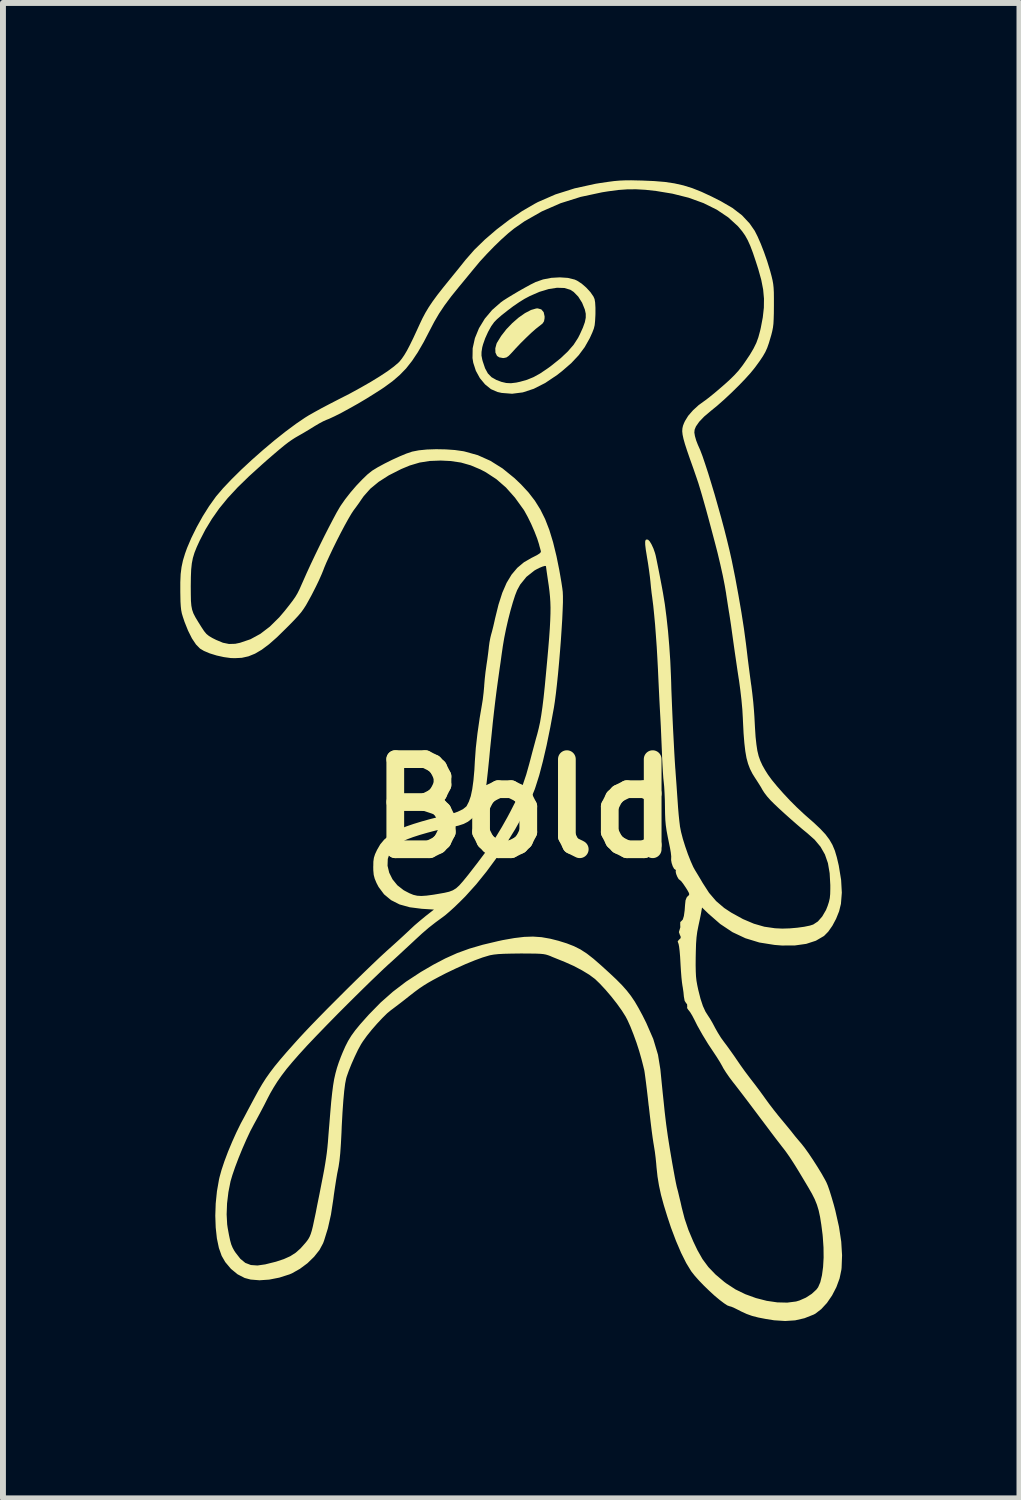
<source format=kicad_pcb>
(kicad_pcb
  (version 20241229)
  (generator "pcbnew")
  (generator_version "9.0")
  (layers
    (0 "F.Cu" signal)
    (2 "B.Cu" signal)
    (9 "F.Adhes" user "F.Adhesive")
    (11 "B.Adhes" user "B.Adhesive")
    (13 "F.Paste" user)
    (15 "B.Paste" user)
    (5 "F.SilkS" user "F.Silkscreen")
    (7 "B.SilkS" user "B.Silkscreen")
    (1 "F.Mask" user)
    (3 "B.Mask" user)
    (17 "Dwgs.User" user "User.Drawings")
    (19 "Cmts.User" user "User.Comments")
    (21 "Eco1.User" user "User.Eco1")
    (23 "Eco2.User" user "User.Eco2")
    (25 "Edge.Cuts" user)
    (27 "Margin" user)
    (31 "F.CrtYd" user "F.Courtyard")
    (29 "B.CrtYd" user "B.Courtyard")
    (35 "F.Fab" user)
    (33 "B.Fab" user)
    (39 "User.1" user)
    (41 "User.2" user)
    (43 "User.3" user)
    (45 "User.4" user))
  (footprint "Bold"
    (layer "F.Cu")
    (at 5.814 10.627)
    (property "Reference" "Bold" (at 0 0 0) (layer "F.SilkS") (effects (font (size 1.524 1.524) (thickness 0.3))))
    (attr board_only exclude_from_pos_files exclude_from_bom)
    (fp_poly (pts (xy 0.293 -8.443) (xy 0.333 -8.396) (xy 0.349 -8.324) (xy 0.348 -8.291) (xy 0.339 -8.242) (xy 0.315 -8.205) (xy 0.267 -8.166) (xy 0.256 -8.158) (xy 0.199 -8.113) (xy 0.123 -8.046) (xy 0.036 -7.963) (xy -0.057 -7.871) (xy -0.147 -7.776) (xy -0.207 -7.71) (xy -0.257 -7.658) (xy -0.297 -7.63) (xy -0.339 -7.621) (xy -0.355 -7.62) (xy -0.419 -7.632) (xy -0.456 -7.656) (xy -0.483 -7.712) (xy -0.485 -7.785) (xy -0.464 -7.864) (xy -0.456 -7.88) (xy -0.386 -7.994) (xy -0.298 -8.107) (xy -0.197 -8.212) (xy -0.09 -8.305) (xy 0.017 -8.38) (xy 0.118 -8.433) (xy 0.208 -8.459) (xy 0.233 -8.46)) (stroke (width 0) (type solid)) (fill yes) (layer "F.SilkS"))
    (fp_poly (pts (xy 0.741 -8.976) (xy 0.857 -8.948) (xy 0.897 -8.93) (xy 0.976 -8.879) (xy 1.054 -8.811) (xy 1.124 -8.735) (xy 1.175 -8.661) (xy 1.194 -8.618) (xy 1.204 -8.559) (xy 1.209 -8.472) (xy 1.209 -8.367) (xy 1.208 -8.341) (xy 1.203 -8.247) (xy 1.196 -8.177) (xy 1.182 -8.119) (xy 1.158 -8.056) (xy 1.122 -7.976) (xy 1.11 -7.951) (xy 1.027 -7.804) (xy 0.925 -7.667) (xy 0.799 -7.533) (xy 0.643 -7.398) (xy 0.56 -7.333) (xy 0.359 -7.198) (xy 0.166 -7.1) (xy -0.02 -7.039) (xy -0.201 -7.016) (xy -0.377 -7.03) (xy -0.449 -7.046) (xy -0.559 -7.094) (xy -0.659 -7.175) (xy -0.746 -7.28) (xy -0.814 -7.404) (xy -0.858 -7.54) (xy -0.871 -7.62) (xy -0.87 -7.663) (xy -0.719 -7.663) (xy -0.706 -7.595) (xy -0.698 -7.565) (xy -0.658 -7.446) (xy -0.611 -7.36) (xy -0.549 -7.296) (xy -0.466 -7.249) (xy -0.381 -7.217) (xy -0.3 -7.198) (xy -0.221 -7.194) (xy -0.13 -7.205) (xy -0.066 -7.219) (xy 0.051 -7.252) (xy 0.161 -7.297) (xy 0.272 -7.358) (xy 0.395 -7.441) (xy 0.462 -7.49) (xy 0.618 -7.615) (xy 0.742 -7.732) (xy 0.84 -7.845) (xy 0.915 -7.961) (xy 0.945 -8.02) (xy 0.997 -8.135) (xy 1.03 -8.227) (xy 1.045 -8.302) (xy 1.045 -8.37) (xy 1.03 -8.439) (xy 1.03 -8.44) (xy 0.983 -8.556) (xy 0.918 -8.659) (xy 0.841 -8.738) (xy 0.784 -8.775) (xy 0.683 -8.805) (xy 0.559 -8.809) (xy 0.417 -8.787) (xy 0.262 -8.74) (xy 0.101 -8.67) (xy 0.01 -8.622) (xy -0.08 -8.566) (xy -0.181 -8.497) (xy -0.283 -8.42) (xy -0.379 -8.344) (xy -0.457 -8.276) (xy -0.504 -8.228) (xy -0.555 -8.157) (xy -0.608 -8.061) (xy -0.656 -7.955) (xy -0.692 -7.852) (xy -0.706 -7.801) (xy -0.718 -7.724) (xy -0.719 -7.663) (xy -0.87 -7.663) (xy -0.868 -7.786) (xy -0.83 -7.957) (xy -0.761 -8.125) (xy -0.663 -8.286) (xy -0.539 -8.433) (xy -0.393 -8.561) (xy -0.352 -8.591) (xy -0.28 -8.637) (xy -0.188 -8.693) (xy -0.085 -8.754) (xy 0.018 -8.812) (xy 0.111 -8.863) (xy 0.184 -8.899) (xy 0.195 -8.905) (xy 0.323 -8.95) (xy 0.464 -8.977) (xy 0.607 -8.985)) (stroke (width 0) (type solid)) (fill yes) (layer "F.SilkS"))
    (fp_poly (pts (xy 1.94 -10.624) (xy 1.993 -10.623) (xy 2.203 -10.614) (xy 2.384 -10.599) (xy 2.545 -10.575) (xy 2.696 -10.541) (xy 2.845 -10.495) (xy 3.001 -10.433) (xy 3.173 -10.353) (xy 3.331 -10.273) (xy 3.527 -10.159) (xy 3.688 -10.035) (xy 3.817 -9.897) (xy 3.903 -9.773) (xy 3.951 -9.678) (xy 4.005 -9.555) (xy 4.06 -9.414) (xy 4.113 -9.263) (xy 4.159 -9.113) (xy 4.167 -9.085) (xy 4.189 -9.003) (xy 4.205 -8.935) (xy 4.216 -8.873) (xy 4.223 -8.807) (xy 4.227 -8.73) (xy 4.228 -8.631) (xy 4.228 -8.509) (xy 4.227 -8.379) (xy 4.224 -8.279) (xy 4.22 -8.201) (xy 4.212 -8.136) (xy 4.2 -8.075) (xy 4.184 -8.011) (xy 4.173 -7.974) (xy 4.143 -7.873) (xy 4.115 -7.793) (xy 4.083 -7.722) (xy 4.042 -7.651) (xy 3.988 -7.57) (xy 3.915 -7.47) (xy 3.903 -7.454) (xy 3.833 -7.368) (xy 3.74 -7.265) (xy 3.63 -7.151) (xy 3.51 -7.033) (xy 3.387 -6.918) (xy 3.268 -6.813) (xy 3.16 -6.725) (xy 3.158 -6.723) (xy 3.048 -6.63) (xy 2.963 -6.541) (xy 2.909 -6.463) (xy 2.887 -6.409) (xy 2.882 -6.36) (xy 2.892 -6.3) (xy 2.913 -6.226) (xy 2.941 -6.154) (xy 2.948 -6.138) (xy 2.98 -6.066) (xy 3.02 -5.961) (xy 3.065 -5.828) (xy 3.116 -5.672) (xy 3.169 -5.499) (xy 3.225 -5.313) (xy 3.28 -5.119) (xy 3.335 -4.923) (xy 3.387 -4.729) (xy 3.434 -4.543) (xy 3.476 -4.37) (xy 3.511 -4.214) (xy 3.516 -4.191) (xy 3.574 -3.903) (xy 3.628 -3.609) (xy 3.678 -3.319) (xy 3.721 -3.043) (xy 3.755 -2.79) (xy 3.77 -2.667) (xy 3.786 -2.53) (xy 3.805 -2.382) (xy 3.824 -2.236) (xy 3.841 -2.109) (xy 3.847 -2.071) (xy 3.863 -1.942) (xy 3.879 -1.796) (xy 3.891 -1.654) (xy 3.898 -1.553) (xy 3.908 -1.365) (xy 3.918 -1.211) (xy 3.932 -1.083) (xy 3.948 -0.977) (xy 3.97 -0.886) (xy 3.999 -0.805) (xy 4.035 -0.727) (xy 4.08 -0.648) (xy 4.128 -0.572) (xy 4.193 -0.483) (xy 4.281 -0.376) (xy 4.385 -0.258) (xy 4.498 -0.137) (xy 4.614 -0.021) (xy 4.726 0.084) (xy 4.767 0.121) (xy 4.904 0.241) (xy 5.013 0.344) (xy 5.1 0.437) (xy 5.166 0.525) (xy 5.218 0.615) (xy 5.259 0.713) (xy 5.292 0.824) (xy 5.323 0.956) (xy 5.325 0.964) (xy 5.365 1.208) (xy 5.377 1.424) (xy 5.362 1.613) (xy 5.331 1.739) (xy 5.28 1.866) (xy 5.217 1.984) (xy 5.147 2.084) (xy 5.077 2.155) (xy 5.073 2.158) (xy 4.938 2.237) (xy 4.775 2.29) (xy 4.583 2.317) (xy 4.362 2.318) (xy 4.238 2.308) (xy 3.981 2.267) (xy 3.746 2.195) (xy 3.527 2.092) (xy 3.32 1.954) (xy 3.123 1.782) (xy 3.012 1.675) (xy 2.999 1.751) (xy 2.989 1.805) (xy 2.973 1.883) (xy 2.954 1.971) (xy 2.948 2) (xy 2.931 2.087) (xy 2.919 2.179) (xy 2.911 2.288) (xy 2.907 2.421) (xy 2.905 2.518) (xy 2.904 2.651) (xy 2.906 2.755) (xy 2.91 2.839) (xy 2.918 2.913) (xy 2.931 2.987) (xy 2.948 3.067) (xy 2.987 3.221) (xy 3.027 3.342) (xy 3.07 3.436) (xy 3.115 3.507) (xy 3.146 3.554) (xy 3.186 3.622) (xy 3.226 3.697) (xy 3.229 3.704) (xy 3.277 3.789) (xy 3.333 3.879) (xy 3.383 3.948) (xy 3.429 4.009) (xy 3.488 4.091) (xy 3.552 4.181) (xy 3.599 4.25) (xy 3.665 4.346) (xy 3.738 4.448) (xy 3.808 4.541) (xy 3.847 4.592) (xy 3.913 4.677) (xy 3.988 4.777) (xy 4.059 4.875) (xy 4.081 4.906) (xy 4.145 4.994) (xy 4.223 5.096) (xy 4.304 5.198) (xy 4.351 5.255) (xy 4.416 5.333) (xy 4.476 5.406) (xy 4.525 5.466) (xy 4.552 5.501) (xy 4.591 5.55) (xy 4.644 5.613) (xy 4.692 5.669) (xy 4.748 5.74) (xy 4.816 5.835) (xy 4.891 5.947) (xy 4.966 6.064) (xy 5.036 6.179) (xy 5.094 6.282) (xy 5.115 6.322) (xy 5.14 6.381) (xy 5.171 6.47) (xy 5.205 6.58) (xy 5.241 6.703) (xy 5.267 6.801) (xy 5.329 7.077) (xy 5.367 7.328) (xy 5.381 7.558) (xy 5.373 7.77) (xy 5.369 7.806) (xy 5.339 7.95) (xy 5.285 8.097) (xy 5.212 8.238) (xy 5.125 8.365) (xy 5.028 8.47) (xy 4.928 8.547) (xy 4.899 8.562) (xy 4.745 8.623) (xy 4.588 8.659) (xy 4.419 8.67) (xy 4.231 8.658) (xy 4.093 8.636) (xy 3.964 8.611) (xy 3.859 8.584) (xy 3.767 8.551) (xy 3.673 8.508) (xy 3.621 8.481) (xy 3.558 8.45) (xy 3.507 8.428) (xy 3.48 8.421) (xy 3.441 8.407) (xy 3.383 8.369) (xy 3.308 8.312) (xy 3.223 8.241) (xy 3.134 8.159) (xy 3.045 8.073) (xy 2.962 7.987) (xy 2.89 7.906) (xy 2.834 7.835) (xy 2.828 7.827) (xy 2.744 7.689) (xy 2.658 7.517) (xy 2.572 7.316) (xy 2.487 7.091) (xy 2.426 6.907) (xy 2.365 6.709) (xy 2.318 6.536) (xy 2.284 6.379) (xy 2.259 6.227) (xy 2.242 6.069) (xy 2.237 6.008) (xy 2.227 5.909) (xy 2.214 5.806) (xy 2.2 5.719) (xy 2.198 5.705) (xy 2.189 5.652) (xy 2.176 5.566) (xy 2.161 5.455) (xy 2.145 5.325) (xy 2.128 5.181) (xy 2.111 5.032) (xy 2.11 5.031) (xy 2.094 4.886) (xy 2.078 4.75) (xy 2.063 4.629) (xy 2.05 4.53) (xy 2.04 4.457) (xy 2.033 4.417) (xy 2.032 4.416) (xy 2.018 4.358) (xy 1.999 4.283) (xy 1.985 4.23) (xy 1.949 4.103) (xy 1.904 3.963) (xy 1.853 3.823) (xy 1.801 3.691) (xy 1.751 3.58) (xy 1.719 3.519) (xy 1.656 3.419) (xy 1.573 3.303) (xy 1.478 3.182) (xy 1.379 3.066) (xy 1.283 2.963) (xy 1.2 2.883) (xy 1.198 2.882) (xy 1.104 2.812) (xy 0.982 2.738) (xy 0.842 2.664) (xy 0.694 2.598) (xy 0.65 2.58) (xy 0.568 2.547) (xy 0.479 2.511) (xy 0.445 2.496) (xy 0.407 2.482) (xy 0.37 2.471) (xy 0.327 2.463) (xy 0.272 2.458) (xy 0.198 2.455) (xy 0.098 2.454) (xy -0.032 2.453) (xy -0.059 2.453) (xy -0.213 2.455) (xy -0.336 2.458) (xy -0.432 2.463) (xy -0.508 2.471) (xy -0.571 2.482) (xy -0.59 2.487) (xy -0.7 2.52) (xy -0.836 2.57) (xy -0.99 2.633) (xy -1.154 2.707) (xy -1.321 2.787) (xy -1.437 2.847) (xy -1.538 2.901) (xy -1.621 2.948) (xy -1.694 2.993) (xy -1.766 3.041) (xy -1.845 3.099) (xy -1.939 3.172) (xy -2.017 3.234) (xy -2.093 3.293) (xy -2.168 3.35) (xy -2.23 3.397) (xy -2.247 3.409) (xy -2.315 3.465) (xy -2.396 3.545) (xy -2.486 3.641) (xy -2.575 3.743) (xy -2.657 3.845) (xy -2.724 3.938) (xy -2.756 3.988) (xy -2.808 4.083) (xy -2.863 4.198) (xy -2.917 4.32) (xy -2.964 4.437) (xy -2.999 4.536) (xy -3.008 4.568) (xy -3.025 4.654) (xy -3.041 4.778) (xy -3.056 4.941) (xy -3.07 5.14) (xy -3.083 5.376) (xy -3.087 5.481) (xy -3.097 5.672) (xy -3.108 5.83) (xy -3.121 5.957) (xy -3.136 6.058) (xy -3.144 6.099) (xy -3.16 6.178) (xy -3.178 6.285) (xy -3.197 6.407) (xy -3.216 6.536) (xy -3.225 6.607) (xy -3.265 6.869) (xy -3.317 7.101) (xy -3.381 7.308) (xy -3.398 7.354) (xy -3.459 7.468) (xy -3.55 7.583) (xy -3.663 7.693) (xy -3.791 7.788) (xy -3.924 7.863) (xy -3.966 7.881) (xy -4.138 7.936) (xy -4.31 7.97) (xy -4.475 7.981) (xy -4.624 7.969) (xy -4.725 7.942) (xy -4.845 7.88) (xy -4.957 7.788) (xy -5.053 7.674) (xy -5.114 7.568) (xy -5.161 7.435) (xy -5.195 7.273) (xy -5.215 7.088) (xy -5.222 6.889) (xy -5.215 6.682) (xy -5.194 6.475) (xy -5.159 6.275) (xy -5.15 6.236) (xy -5.116 6.113) (xy -5.067 5.966) (xy -5.006 5.804) (xy -4.937 5.639) (xy -4.865 5.479) (xy -4.794 5.334) (xy -4.784 5.315) (xy -4.734 5.223) (xy -4.675 5.111) (xy -4.612 4.993) (xy -4.554 4.885) (xy -4.491 4.769) (xy -4.429 4.663) (xy -4.366 4.564) (xy -4.296 4.465) (xy -4.217 4.361) (xy -4.124 4.248) (xy -4.014 4.12) (xy -3.882 3.972) (xy -3.8 3.881) (xy -3.71 3.784) (xy -3.597 3.665) (xy -3.465 3.529) (xy -3.32 3.381) (xy -3.166 3.227) (xy -3.009 3.07) (xy -2.853 2.916) (xy -2.702 2.769) (xy -2.563 2.635) (xy -2.44 2.518) (xy -2.337 2.423) (xy -2.315 2.403) (xy -2.219 2.317) (xy -2.123 2.23) (xy -2.036 2.15) (xy -1.964 2.083) (xy -1.925 2.046) (xy -1.851 1.977) (xy -1.762 1.901) (xy -1.677 1.831) (xy -1.665 1.821) (xy -1.523 1.71) (xy -1.728 1.697) (xy -1.932 1.671) (xy -2.105 1.623) (xy -2.249 1.55) (xy -2.367 1.452) (xy -2.46 1.327) (xy -2.495 1.26) (xy -2.525 1.188) (xy -2.542 1.123) (xy -2.549 1.047) (xy -2.55 0.986) (xy -2.549 0.969) (xy -2.308 0.969) (xy -2.28 1.086) (xy -2.224 1.198) (xy -2.142 1.299) (xy -2.037 1.381) (xy -2.012 1.395) (xy -1.937 1.434) (xy -1.871 1.461) (xy -1.806 1.476) (xy -1.735 1.48) (xy -1.647 1.474) (xy -1.535 1.459) (xy -1.446 1.444) (xy -1.344 1.426) (xy -1.266 1.408) (xy -1.203 1.384) (xy -1.148 1.35) (xy -1.094 1.301) (xy -1.033 1.232) (xy -0.957 1.139) (xy -0.937 1.114) (xy -0.793 0.928) (xy -0.669 0.763) (xy -0.562 0.611) (xy -0.465 0.464) (xy -0.374 0.313) (xy -0.282 0.15) (xy -0.23 0.052) (xy -0.144 -0.116) (xy -0.074 -0.268) (xy -0.015 -0.416) (xy 0.038 -0.573) (xy 0.088 -0.751) (xy 0.109 -0.83) (xy 0.139 -0.945) (xy 0.172 -1.067) (xy 0.202 -1.179) (xy 0.225 -1.26) (xy 0.249 -1.355) (xy 0.272 -1.459) (xy 0.292 -1.577) (xy 0.312 -1.715) (xy 0.332 -1.877) (xy 0.352 -2.068) (xy 0.369 -2.247) (xy 0.392 -2.494) (xy 0.411 -2.707) (xy 0.426 -2.889) (xy 0.437 -3.045) (xy 0.444 -3.179) (xy 0.448 -3.296) (xy 0.449 -3.4) (xy 0.446 -3.495) (xy 0.44 -3.586) (xy 0.431 -3.676) (xy 0.419 -3.77) (xy 0.41 -3.83) (xy 0.396 -3.926) (xy 0.384 -4.008) (xy 0.376 -4.068) (xy 0.372 -4.098) (xy 0.371 -4.1) (xy 0.356 -4.104) (xy 0.316 -4.093) (xy 0.262 -4.071) (xy 0.205 -4.042) (xy 0.176 -4.025) (xy 0.041 -3.918) (xy -0.064 -3.788) (xy -0.116 -3.693) (xy -0.15 -3.606) (xy -0.188 -3.488) (xy -0.228 -3.349) (xy -0.267 -3.197) (xy -0.303 -3.04) (xy -0.334 -2.886) (xy -0.358 -2.745) (xy -0.362 -2.716) (xy -0.379 -2.599) (xy -0.396 -2.474) (xy -0.413 -2.358) (xy -0.423 -2.286) (xy -0.445 -2.129) (xy -0.466 -1.974) (xy -0.486 -1.815) (xy -0.506 -1.645) (xy -0.527 -1.458) (xy -0.548 -1.249) (xy -0.573 -1.01) (xy -0.586 -0.869) (xy -0.609 -0.643) (xy -0.63 -0.454) (xy -0.65 -0.297) (xy -0.669 -0.17) (xy -0.688 -0.071) (xy -0.707 0.003) (xy -0.728 0.056) (xy -0.751 0.091) (xy -0.776 0.109) (xy -0.791 0.114) (xy -0.83 0.132) (xy -0.878 0.166) (xy -0.889 0.177) (xy -0.948 0.224) (xy -1.02 0.261) (xy -1.112 0.291) (xy -1.233 0.317) (xy -1.264 0.322) (xy -1.376 0.345) (xy -1.502 0.375) (xy -1.634 0.41) (xy -1.762 0.447) (xy -1.876 0.484) (xy -1.968 0.518) (xy -2.014 0.538) (xy -2.096 0.586) (xy -2.173 0.643) (xy -2.234 0.701) (xy -2.268 0.745) (xy -2.304 0.853) (xy -2.308 0.969) (xy -2.549 0.969) (xy -2.548 0.899) (xy -2.539 0.834) (xy -2.519 0.772) (xy -2.485 0.699) (xy -2.431 0.606) (xy -2.365 0.527) (xy -2.278 0.454) (xy -2.162 0.378) (xy -2.152 0.372) (xy -2.084 0.34) (xy -1.987 0.302) (xy -1.867 0.261) (xy -1.733 0.22) (xy -1.594 0.181) (xy -1.456 0.146) (xy -1.368 0.127) (xy -1.234 0.094) (xy -1.121 0.055) (xy -1.033 0.012) (xy -0.978 -0.032) (xy -0.97 -0.042) (xy -0.932 -0.116) (xy -0.9 -0.209) (xy -0.875 -0.327) (xy -0.855 -0.474) (xy -0.839 -0.652) (xy -0.831 -0.801) (xy -0.815 -1.023) (xy -0.787 -1.27) (xy -0.749 -1.534) (xy -0.714 -1.739) (xy -0.697 -1.843) (xy -0.683 -1.962) (xy -0.673 -2.071) (xy -0.673 -2.081) (xy -0.664 -2.188) (xy -0.651 -2.307) (xy -0.636 -2.414) (xy -0.635 -2.423) (xy -0.62 -2.522) (xy -0.606 -2.628) (xy -0.595 -2.719) (xy -0.595 -2.726) (xy -0.584 -2.809) (xy -0.569 -2.888) (xy -0.556 -2.941) (xy -0.541 -2.994) (xy -0.521 -3.073) (xy -0.5 -3.164) (xy -0.489 -3.214) (xy -0.431 -3.449) (xy -0.367 -3.649) (xy -0.294 -3.817) (xy -0.21 -3.956) (xy -0.113 -4.071) (xy -0.001 -4.165) (xy 0.129 -4.24) (xy 0.143 -4.247) (xy 0.22 -4.286) (xy 0.265 -4.315) (xy 0.285 -4.337) (xy 0.286 -4.353) (xy 0.275 -4.393) (xy 0.259 -4.45) (xy 0.256 -4.465) (xy 0.224 -4.566) (xy 0.177 -4.687) (xy 0.122 -4.813) (xy 0.063 -4.933) (xy 0.008 -5.033) (xy -0.005 -5.054) (xy -0.153 -5.259) (xy -0.305 -5.43) (xy -0.467 -5.571) (xy -0.644 -5.687) (xy -0.735 -5.735) (xy -0.901 -5.805) (xy -1.065 -5.852) (xy -1.241 -5.878) (xy -1.407 -5.886) (xy -1.594 -5.879) (xy -1.765 -5.852) (xy -1.933 -5.802) (xy -2.077 -5.742) (xy -2.286 -5.636) (xy -2.458 -5.526) (xy -2.6 -5.409) (xy -2.713 -5.281) (xy -2.751 -5.227) (xy -2.791 -5.168) (xy -2.843 -5.096) (xy -2.884 -5.041) (xy -2.922 -4.983) (xy -2.973 -4.896) (xy -3.033 -4.788) (xy -3.098 -4.665) (xy -3.165 -4.534) (xy -3.23 -4.402) (xy -3.29 -4.275) (xy -3.342 -4.162) (xy -3.381 -4.069) (xy -3.395 -4.031) (xy -3.425 -3.958) (xy -3.468 -3.861) (xy -3.52 -3.753) (xy -3.576 -3.643) (xy -3.595 -3.606) (xy -3.646 -3.513) (xy -3.688 -3.438) (xy -3.728 -3.376) (xy -3.77 -3.318) (xy -3.821 -3.258) (xy -3.886 -3.188) (xy -3.97 -3.102) (xy -4.025 -3.047) (xy -4.178 -2.897) (xy -4.313 -2.778) (xy -4.436 -2.686) (xy -4.55 -2.619) (xy -4.661 -2.574) (xy -4.773 -2.549) (xy -4.89 -2.543) (xy -4.961 -2.545) (xy -5.077 -2.561) (xy -5.199 -2.588) (xy -5.316 -2.624) (xy -5.415 -2.666) (xy -5.48 -2.705) (xy -5.548 -2.774) (xy -5.617 -2.877) (xy -5.683 -3.009) (xy -5.745 -3.164) (xy -5.746 -3.169) (xy -5.77 -3.24) (xy -5.788 -3.3) (xy -5.799 -3.357) (xy -5.806 -3.421) (xy -5.811 -3.501) (xy -5.813 -3.607) (xy -5.814 -3.663) (xy -5.814 -3.751) (xy -5.637 -3.751) (xy -5.636 -3.617) (xy -5.634 -3.513) (xy -5.627 -3.431) (xy -5.614 -3.363) (xy -5.592 -3.3) (xy -5.558 -3.234) (xy -5.511 -3.156) (xy -5.456 -3.068) (xy -5.411 -3) (xy -5.372 -2.953) (xy -5.329 -2.918) (xy -5.27 -2.883) (xy -5.208 -2.852) (xy -5.093 -2.804) (xy -4.99 -2.783) (xy -4.885 -2.786) (xy -4.804 -2.803) (xy -4.627 -2.863) (xy -4.46 -2.954) (xy -4.299 -3.077) (xy -4.14 -3.234) (xy -4.049 -3.341) (xy -3.972 -3.438) (xy -3.914 -3.514) (xy -3.869 -3.578) (xy -3.832 -3.64) (xy -3.797 -3.71) (xy -3.759 -3.796) (xy -3.734 -3.852) (xy -3.675 -3.985) (xy -3.607 -4.133) (xy -3.532 -4.291) (xy -3.454 -4.452) (xy -3.376 -4.61) (xy -3.3 -4.759) (xy -3.23 -4.893) (xy -3.169 -5.007) (xy -3.119 -5.093) (xy -3.101 -5.122) (xy -3.025 -5.231) (xy -2.935 -5.346) (xy -2.838 -5.459) (xy -2.74 -5.562) (xy -2.65 -5.649) (xy -2.573 -5.711) (xy -2.566 -5.716) (xy -2.473 -5.773) (xy -2.358 -5.835) (xy -2.232 -5.898) (xy -2.107 -5.955) (xy -1.992 -6.003) (xy -1.898 -6.035) (xy -1.892 -6.037) (xy -1.78 -6.059) (xy -1.641 -6.073) (xy -1.485 -6.078) (xy -1.324 -6.075) (xy -1.168 -6.064) (xy -1.027 -6.044) (xy -1.004 -6.039) (xy -0.781 -5.977) (xy -0.569 -5.882) (xy -0.363 -5.753) (xy -0.16 -5.588) (xy -0.049 -5.482) (xy 0.076 -5.347) (xy 0.184 -5.207) (xy 0.277 -5.058) (xy 0.358 -4.895) (xy 0.429 -4.712) (xy 0.492 -4.505) (xy 0.55 -4.268) (xy 0.597 -4.035) (xy 0.616 -3.927) (xy 0.634 -3.821) (xy 0.648 -3.729) (xy 0.656 -3.664) (xy 0.656 -3.663) (xy 0.659 -3.591) (xy 0.659 -3.486) (xy 0.654 -3.353) (xy 0.647 -3.198) (xy 0.636 -3.025) (xy 0.624 -2.842) (xy 0.609 -2.652) (xy 0.593 -2.462) (xy 0.576 -2.277) (xy 0.558 -2.103) (xy 0.54 -1.945) (xy 0.522 -1.808) (xy 0.507 -1.71) (xy 0.445 -1.373) (xy 0.383 -1.069) (xy 0.32 -0.798) (xy 0.258 -0.562) (xy 0.195 -0.363) (xy 0.181 -0.322) (xy 0.096 -0.114) (xy -0.016 0.113) (xy -0.149 0.351) (xy -0.299 0.594) (xy -0.462 0.834) (xy -0.633 1.066) (xy -0.808 1.283) (xy -0.983 1.477) (xy -0.996 1.491) (xy -1.086 1.581) (xy -1.176 1.668) (xy -1.261 1.745) (xy -1.331 1.805) (xy -1.368 1.833) (xy -1.495 1.926) (xy -1.61 2.016) (xy -1.724 2.114) (xy -1.85 2.23) (xy -1.856 2.236) (xy -1.928 2.303) (xy -2.02 2.388) (xy -2.122 2.483) (xy -2.227 2.579) (xy -2.296 2.641) (xy -2.373 2.712) (xy -2.471 2.806) (xy -2.588 2.918) (xy -2.716 3.043) (xy -2.852 3.177) (xy -2.991 3.315) (xy -3.127 3.451) (xy -3.137 3.461) (xy -3.34 3.668) (xy -3.517 3.851) (xy -3.671 4.013) (xy -3.803 4.158) (xy -3.917 4.288) (xy -4.015 4.405) (xy -4.098 4.514) (xy -4.171 4.618) (xy -4.234 4.718) (xy -4.292 4.818) (xy -4.337 4.904) (xy -4.394 5.017) (xy -4.461 5.144) (xy -4.527 5.267) (xy -4.567 5.34) (xy -4.629 5.457) (xy -4.695 5.598) (xy -4.763 5.753) (xy -4.828 5.912) (xy -4.886 6.065) (xy -4.933 6.202) (xy -4.964 6.307) (xy -5 6.489) (xy -5.023 6.68) (xy -5.03 6.866) (xy -5.021 7.036) (xy -5.012 7.098) (xy -4.99 7.218) (xy -4.971 7.307) (xy -4.952 7.375) (xy -4.929 7.43) (xy -4.901 7.481) (xy -4.879 7.514) (xy -4.798 7.618) (xy -4.714 7.687) (xy -4.62 7.723) (xy -4.509 7.731) (xy -4.376 7.712) (xy -4.361 7.708) (xy -4.196 7.667) (xy -4.063 7.623) (xy -3.954 7.574) (xy -3.862 7.515) (xy -3.779 7.441) (xy -3.7 7.352) (xy -3.67 7.315) (xy -3.646 7.28) (xy -3.626 7.244) (xy -3.608 7.2) (xy -3.59 7.143) (xy -3.571 7.067) (xy -3.55 6.968) (xy -3.523 6.841) (xy -3.5 6.721) (xy -3.46 6.524) (xy -3.428 6.359) (xy -3.401 6.222) (xy -3.379 6.106) (xy -3.362 6.005) (xy -3.348 5.915) (xy -3.336 5.829) (xy -3.326 5.741) (xy -3.317 5.647) (xy -3.309 5.54) (xy -3.299 5.415) (xy -3.293 5.344) (xy -3.276 5.135) (xy -3.261 4.959) (xy -3.245 4.811) (xy -3.229 4.686) (xy -3.211 4.578) (xy -3.189 4.481) (xy -3.164 4.389) (xy -3.134 4.298) (xy -3.098 4.202) (xy -3.067 4.126) (xy -3.022 4.024) (xy -2.975 3.932) (xy -2.921 3.844) (xy -2.855 3.753) (xy -2.772 3.652) (xy -2.667 3.534) (xy -2.622 3.484) (xy -2.424 3.282) (xy -2.217 3.099) (xy -1.994 2.929) (xy -1.745 2.766) (xy -1.534 2.643) (xy -1.332 2.537) (xy -1.132 2.447) (xy -0.923 2.371) (xy -0.697 2.305) (xy -0.444 2.245) (xy -0.357 2.226) (xy -0.164 2.192) (xy 0.003 2.172) (xy 0.153 2.167) (xy 0.298 2.177) (xy 0.445 2.203) (xy 0.583 2.238) (xy 0.724 2.282) (xy 0.845 2.329) (xy 0.955 2.384) (xy 1.063 2.454) (xy 1.177 2.543) (xy 1.302 2.652) (xy 1.444 2.781) (xy 1.561 2.891) (xy 1.658 2.989) (xy 1.739 3.08) (xy 1.809 3.17) (xy 1.874 3.266) (xy 1.937 3.374) (xy 2.005 3.5) (xy 2.069 3.628) (xy 2.187 3.899) (xy 2.267 4.166) (xy 2.307 4.411) (xy 2.329 4.633) (xy 2.348 4.822) (xy 2.365 4.982) (xy 2.379 5.12) (xy 2.393 5.24) (xy 2.406 5.347) (xy 2.42 5.448) (xy 2.434 5.547) (xy 2.45 5.649) (xy 2.468 5.761) (xy 2.485 5.862) (xy 2.508 5.997) (xy 2.531 6.125) (xy 2.552 6.24) (xy 2.57 6.333) (xy 2.584 6.398) (xy 2.589 6.418) (xy 2.605 6.477) (xy 2.625 6.562) (xy 2.649 6.661) (xy 2.669 6.751) (xy 2.718 6.941) (xy 2.782 7.13) (xy 2.865 7.327) (xy 2.935 7.473) (xy 3.02 7.623) (xy 3.119 7.757) (xy 3.24 7.883) (xy 3.389 8.009) (xy 3.427 8.037) (xy 3.577 8.135) (xy 3.745 8.217) (xy 3.924 8.282) (xy 4.107 8.329) (xy 4.286 8.355) (xy 4.454 8.359) (xy 4.603 8.34) (xy 4.66 8.323) (xy 4.769 8.275) (xy 4.868 8.211) (xy 4.946 8.139) (xy 4.976 8.099) (xy 5.013 8.014) (xy 5.041 7.897) (xy 5.06 7.756) (xy 5.069 7.596) (xy 5.067 7.425) (xy 5.055 7.249) (xy 5.051 7.206) (xy 5.03 7.043) (xy 5.009 6.91) (xy 4.985 6.799) (xy 4.956 6.703) (xy 4.919 6.611) (xy 4.871 6.516) (xy 4.81 6.41) (xy 4.806 6.403) (xy 4.717 6.254) (xy 4.645 6.134) (xy 4.586 6.038) (xy 4.536 5.96) (xy 4.494 5.896) (xy 4.455 5.84) (xy 4.417 5.787) (xy 4.375 5.733) (xy 4.37 5.727) (xy 4.324 5.667) (xy 4.259 5.583) (xy 4.181 5.48) (xy 4.095 5.365) (xy 4.005 5.246) (xy 3.952 5.175) (xy 3.863 5.057) (xy 3.775 4.94) (xy 3.692 4.831) (xy 3.619 4.736) (xy 3.562 4.662) (xy 3.537 4.631) (xy 3.476 4.55) (xy 3.417 4.465) (xy 3.37 4.39) (xy 3.36 4.37) (xy 3.316 4.292) (xy 3.261 4.204) (xy 3.216 4.136) (xy 3.115 3.984) (xy 3.018 3.825) (xy 2.932 3.672) (xy 2.883 3.574) (xy 2.847 3.505) (xy 2.812 3.447) (xy 2.786 3.413) (xy 2.782 3.41) (xy 2.759 3.375) (xy 2.762 3.351) (xy 2.759 3.311) (xy 2.743 3.293) (xy 2.718 3.254) (xy 2.706 3.187) (xy 2.705 3.183) (xy 2.698 3.109) (xy 2.686 3.026) (xy 2.681 2.999) (xy 2.673 2.944) (xy 2.664 2.86) (xy 2.656 2.757) (xy 2.649 2.646) (xy 2.647 2.609) (xy 2.641 2.504) (xy 2.633 2.41) (xy 2.624 2.336) (xy 2.615 2.29) (xy 2.611 2.281) (xy 2.6 2.248) (xy 2.621 2.221) (xy 2.626 2.217) (xy 2.651 2.192) (xy 2.65 2.165) (xy 2.637 2.138) (xy 2.621 2.091) (xy 2.632 2.054) (xy 2.645 2.009) (xy 2.643 1.967) (xy 2.644 1.921) (xy 2.663 1.904) (xy 2.687 1.878) (xy 2.705 1.819) (xy 2.718 1.725) (xy 2.725 1.629) (xy 2.733 1.554) (xy 2.751 1.507) (xy 2.77 1.484) (xy 2.79 1.467) (xy 2.796 1.448) (xy 2.786 1.42) (xy 2.76 1.374) (xy 2.733 1.332) (xy 2.693 1.273) (xy 2.66 1.23) (xy 2.639 1.212) (xy 2.638 1.211) (xy 2.617 1.195) (xy 2.594 1.156) (xy 2.575 1.109) (xy 2.566 1.069) (xy 2.569 1.056) (xy 2.568 1.037) (xy 2.561 1.036) (xy 2.539 1.019) (xy 2.516 0.977) (xy 2.498 0.923) (xy 2.489 0.873) (xy 2.49 0.847) (xy 2.491 0.81) (xy 2.484 0.746) (xy 2.47 0.665) (xy 2.459 0.612) (xy 2.432 0.48) (xy 2.412 0.374) (xy 2.399 0.282) (xy 2.391 0.193) (xy 2.387 0.095) (xy 2.385 -0.024) (xy 2.385 -0.03) (xy 2.383 -0.144) (xy 2.378 -0.261) (xy 2.372 -0.367) (xy 2.365 -0.44) (xy 2.357 -0.515) (xy 2.35 -0.618) (xy 2.343 -0.738) (xy 2.337 -0.862) (xy 2.335 -0.918) (xy 2.329 -1.06) (xy 2.322 -1.223) (xy 2.315 -1.389) (xy 2.307 -1.54) (xy 2.305 -1.573) (xy 2.298 -1.699) (xy 2.29 -1.852) (xy 2.282 -2.018) (xy 2.274 -2.185) (xy 2.267 -2.34) (xy 2.267 -2.345) (xy 2.257 -2.533) (xy 2.246 -2.728) (xy 2.232 -2.923) (xy 2.218 -3.11) (xy 2.202 -3.281) (xy 2.187 -3.43) (xy 2.172 -3.548) (xy 2.17 -3.566) (xy 2.159 -3.646) (xy 2.148 -3.744) (xy 2.139 -3.839) (xy 2.139 -3.839) (xy 2.13 -3.921) (xy 2.116 -4.026) (xy 2.099 -4.144) (xy 2.08 -4.258) (xy 2.08 -4.259) (xy 2.061 -4.376) (xy 2.051 -4.46) (xy 2.05 -4.514) (xy 2.058 -4.543) (xy 2.077 -4.551) (xy 2.1 -4.546) (xy 2.126 -4.52) (xy 2.158 -4.467) (xy 2.19 -4.398) (xy 2.216 -4.323) (xy 2.228 -4.279) (xy 2.243 -4.208) (xy 2.263 -4.109) (xy 2.286 -3.993) (xy 2.31 -3.869) (xy 2.333 -3.748) (xy 2.352 -3.644) (xy 2.383 -3.455) (xy 2.411 -3.237) (xy 2.437 -2.998) (xy 2.458 -2.748) (xy 2.475 -2.496) (xy 2.486 -2.251) (xy 2.49 -2.139) (xy 2.493 -2.019) (xy 2.499 -1.869) (xy 2.506 -1.698) (xy 2.514 -1.513) (xy 2.523 -1.323) (xy 2.533 -1.137) (xy 2.542 -0.963) (xy 2.551 -0.809) (xy 2.559 -0.685) (xy 2.561 -0.664) (xy 2.57 -0.535) (xy 2.581 -0.387) (xy 2.591 -0.239) (xy 2.599 -0.127) (xy 2.607 -0.011) (xy 2.617 0.107) (xy 2.628 0.213) (xy 2.638 0.294) (xy 2.638 0.299) (xy 2.657 0.396) (xy 2.688 0.515) (xy 2.728 0.643) (xy 2.773 0.772) (xy 2.82 0.891) (xy 2.864 0.99) (xy 2.894 1.044) (xy 2.939 1.118) (xy 2.99 1.203) (xy 3.022 1.258) (xy 3.131 1.427) (xy 3.25 1.566) (xy 3.387 1.683) (xy 3.507 1.762) (xy 3.705 1.871) (xy 3.889 1.949) (xy 4.066 2) (xy 4.246 2.026) (xy 4.37 2.032) (xy 4.496 2.028) (xy 4.623 2.017) (xy 4.74 2.001) (xy 4.837 1.981) (xy 4.893 1.963) (xy 4.972 1.911) (xy 5.046 1.826) (xy 5.11 1.716) (xy 5.137 1.648) (xy 5.159 1.58) (xy 5.173 1.518) (xy 5.18 1.448) (xy 5.182 1.36) (xy 5.182 1.295) (xy 5.171 1.095) (xy 5.142 0.925) (xy 5.091 0.778) (xy 5.017 0.648) (xy 4.917 0.528) (xy 4.793 0.418) (xy 4.71 0.35) (xy 4.613 0.267) (xy 4.509 0.176) (xy 4.405 0.083) (xy 4.31 -0.004) (xy 4.229 -0.081) (xy 4.171 -0.139) (xy 4.169 -0.141) (xy 4.114 -0.203) (xy 4.066 -0.266) (xy 4.035 -0.314) (xy 4.007 -0.364) (xy 3.965 -0.431) (xy 3.919 -0.503) (xy 3.915 -0.508) (xy 3.865 -0.588) (xy 3.824 -0.669) (xy 3.791 -0.756) (xy 3.764 -0.855) (xy 3.744 -0.97) (xy 3.728 -1.107) (xy 3.715 -1.27) (xy 3.705 -1.466) (xy 3.702 -1.534) (xy 3.694 -1.674) (xy 3.679 -1.838) (xy 3.659 -2.009) (xy 3.637 -2.173) (xy 3.634 -2.188) (xy 3.612 -2.332) (xy 3.589 -2.49) (xy 3.566 -2.647) (xy 3.546 -2.788) (xy 3.537 -2.853) (xy 3.52 -2.974) (xy 3.503 -3.097) (xy 3.486 -3.21) (xy 3.472 -3.3) (xy 3.468 -3.322) (xy 3.452 -3.423) (xy 3.435 -3.533) (xy 3.42 -3.629) (xy 3.42 -3.634) (xy 3.396 -3.774) (xy 3.363 -3.942) (xy 3.321 -4.13) (xy 3.274 -4.328) (xy 3.231 -4.494) (xy 3.173 -4.713) (xy 3.123 -4.9) (xy 3.08 -5.058) (xy 3.042 -5.192) (xy 3.009 -5.308) (xy 2.979 -5.409) (xy 2.951 -5.501) (xy 2.922 -5.587) (xy 2.892 -5.674) (xy 2.868 -5.744) (xy 2.807 -5.915) (xy 2.759 -6.054) (xy 2.723 -6.165) (xy 2.698 -6.254) (xy 2.683 -6.325) (xy 2.677 -6.382) (xy 2.68 -6.43) (xy 2.69 -6.475) (xy 2.707 -6.519) (xy 2.724 -6.555) (xy 2.778 -6.643) (xy 2.859 -6.736) (xy 2.954 -6.823) (xy 3.038 -6.884) (xy 3.08 -6.914) (xy 3.144 -6.964) (xy 3.223 -7.028) (xy 3.31 -7.102) (xy 3.36 -7.145) (xy 3.469 -7.242) (xy 3.555 -7.326) (xy 3.627 -7.404) (xy 3.692 -7.487) (xy 3.738 -7.552) (xy 3.821 -7.675) (xy 3.883 -7.78) (xy 3.93 -7.875) (xy 3.965 -7.971) (xy 3.994 -8.078) (xy 4.006 -8.13) (xy 4.04 -8.309) (xy 4.058 -8.471) (xy 4.06 -8.625) (xy 4.046 -8.779) (xy 4.014 -8.943) (xy 3.963 -9.126) (xy 3.923 -9.251) (xy 3.873 -9.4) (xy 3.828 -9.519) (xy 3.785 -9.614) (xy 3.741 -9.693) (xy 3.692 -9.763) (xy 3.634 -9.833) (xy 3.616 -9.853) (xy 3.455 -10) (xy 3.261 -10.13) (xy 3.037 -10.241) (xy 2.786 -10.332) (xy 2.51 -10.401) (xy 2.237 -10.446) (xy 2.056 -10.466) (xy 1.897 -10.475) (xy 1.748 -10.474) (xy 1.594 -10.463) (xy 1.423 -10.44) (xy 1.322 -10.424) (xy 0.958 -10.346) (xy 0.619 -10.239) (xy 0.303 -10.101) (xy 0.008 -9.933) (xy -0.166 -9.812) (xy -0.267 -9.73) (xy -0.384 -9.625) (xy -0.508 -9.505) (xy -0.631 -9.378) (xy -0.746 -9.253) (xy -0.814 -9.171) (xy -0.873 -9.1) (xy -0.947 -9.01) (xy -1.026 -8.914) (xy -1.094 -8.832) (xy -1.229 -8.665) (xy -1.341 -8.515) (xy -1.436 -8.373) (xy -1.519 -8.231) (xy -1.59 -8.095) (xy -1.696 -7.891) (xy -1.796 -7.718) (xy -1.894 -7.571) (xy -1.994 -7.444) (xy -2.103 -7.332) (xy -2.224 -7.228) (xy -2.362 -7.127) (xy -2.393 -7.106) (xy -2.525 -7.021) (xy -2.666 -6.933) (xy -2.811 -6.847) (xy -2.954 -6.767) (xy -3.087 -6.694) (xy -3.204 -6.635) (xy -3.299 -6.591) (xy -3.34 -6.575) (xy -3.396 -6.55) (xy -3.469 -6.511) (xy -3.545 -6.466) (xy -3.551 -6.462) (xy -3.64 -6.407) (xy -3.739 -6.348) (xy -3.82 -6.302) (xy -3.875 -6.27) (xy -3.929 -6.235) (xy -3.986 -6.195) (xy -4.051 -6.145) (xy -4.129 -6.081) (xy -4.223 -6.001) (xy -4.34 -5.9) (xy -4.427 -5.823) (xy -4.651 -5.62) (xy -4.845 -5.431) (xy -5.012 -5.251) (xy -5.156 -5.075) (xy -5.28 -4.898) (xy -5.39 -4.717) (xy -5.486 -4.531) (xy -5.536 -4.422) (xy -5.574 -4.327) (xy -5.601 -4.238) (xy -5.619 -4.146) (xy -5.63 -4.042) (xy -5.635 -3.917) (xy -5.637 -3.763) (xy -5.637 -3.751) (xy -5.814 -3.751) (xy -5.814 -3.828) (xy -5.808 -3.965) (xy -5.793 -4.084) (xy -5.769 -4.196) (xy -5.734 -4.311) (xy -5.7 -4.406) (xy -5.627 -4.577) (xy -5.536 -4.761) (xy -5.434 -4.944) (xy -5.327 -5.114) (xy -5.222 -5.261) (xy -5.209 -5.279) (xy -5.092 -5.416) (xy -4.948 -5.568) (xy -4.783 -5.731) (xy -4.603 -5.898) (xy -4.414 -6.065) (xy -4.223 -6.226) (xy -4.034 -6.376) (xy -3.855 -6.509) (xy -3.705 -6.611) (xy -3.634 -6.655) (xy -3.536 -6.71) (xy -3.42 -6.774) (xy -3.294 -6.84) (xy -3.166 -6.906) (xy -3.139 -6.92) (xy -2.945 -7.019) (xy -2.761 -7.12) (xy -2.59 -7.218) (xy -2.437 -7.312) (xy -2.305 -7.399) (xy -2.2 -7.477) (xy -2.124 -7.542) (xy -2.105 -7.561) (xy -2.065 -7.611) (xy -2.024 -7.671) (xy -1.98 -7.745) (xy -1.931 -7.839) (xy -1.873 -7.957) (xy -1.805 -8.104) (xy -1.767 -8.187) (xy -1.718 -8.291) (xy -1.667 -8.387) (xy -1.61 -8.482) (xy -1.544 -8.58) (xy -1.464 -8.689) (xy -1.365 -8.815) (xy -1.26 -8.945) (xy -1.186 -9.036) (xy -1.111 -9.128) (xy -1.043 -9.213) (xy -0.991 -9.278) (xy -0.987 -9.283) (xy -0.839 -9.452) (xy -0.661 -9.625) (xy -0.462 -9.796) (xy -0.25 -9.958) (xy -0.033 -10.105) (xy 0.18 -10.229) (xy 0.234 -10.258) (xy 0.532 -10.388) (xy 0.858 -10.491) (xy 1.21 -10.568) (xy 1.29 -10.581) (xy 1.42 -10.6) (xy 1.525 -10.614) (xy 1.618 -10.622) (xy 1.71 -10.626) (xy 1.814 -10.627)) (stroke (width 0) (type solid)) (fill yes) (layer "F.SilkS")))
  (gr_rect
    (start -3 -3)
    (end 14.196 22.297)
    (stroke (width 0.1) (type default))
    (fill no)
    (layer "Edge.Cuts")))
</source>
